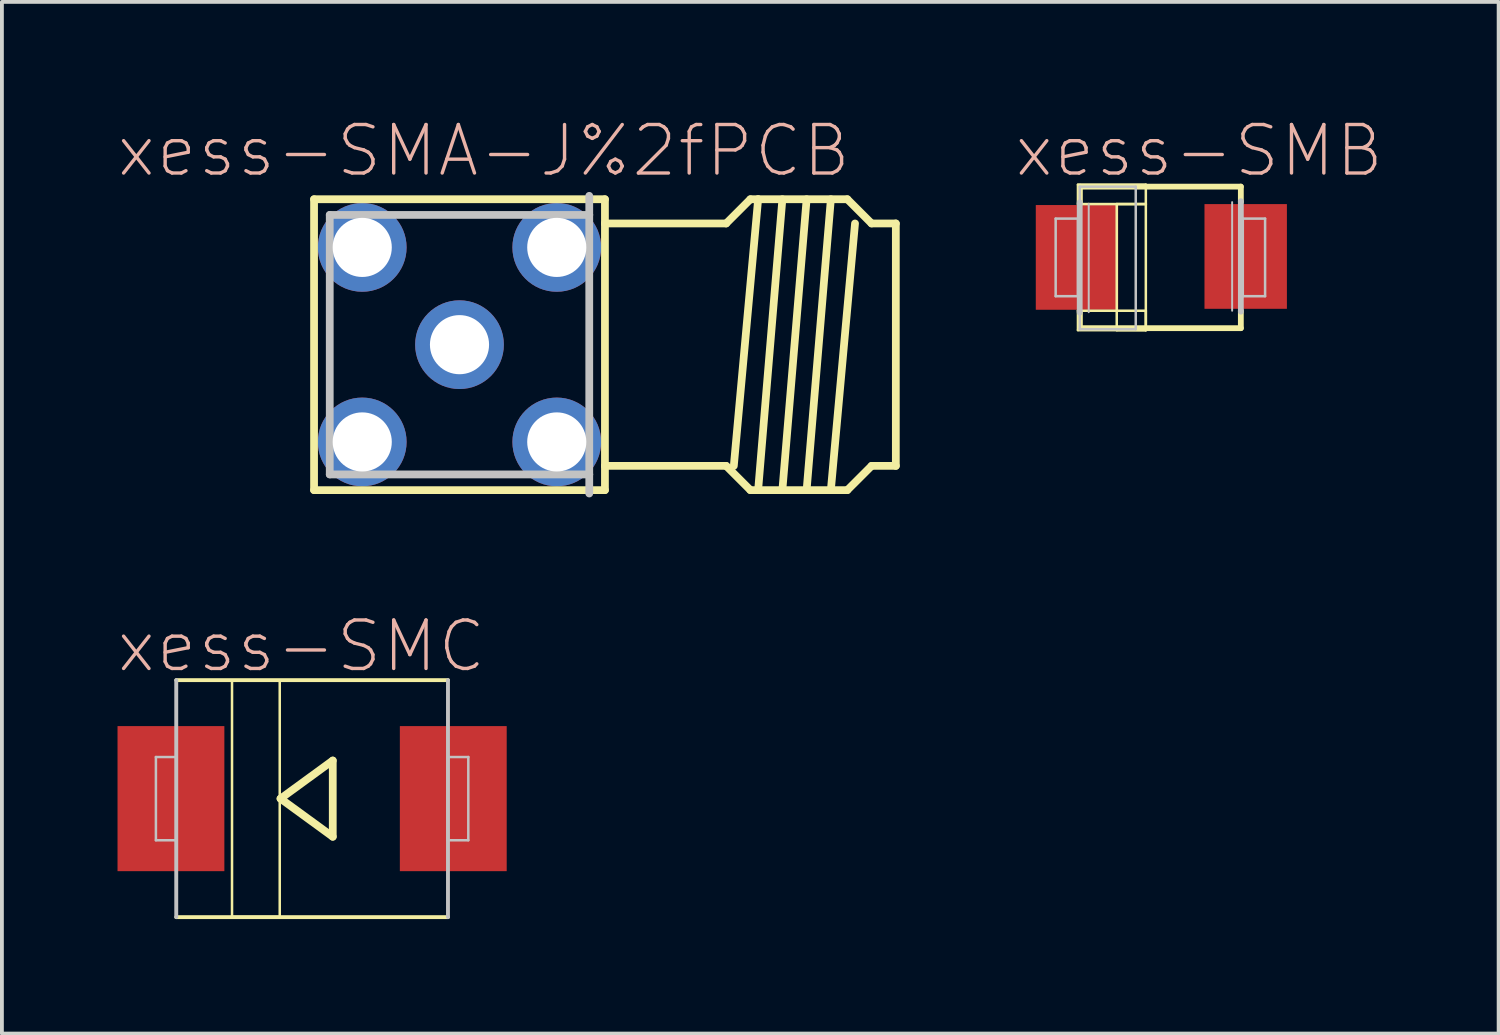
<source format=kicad_pcb>
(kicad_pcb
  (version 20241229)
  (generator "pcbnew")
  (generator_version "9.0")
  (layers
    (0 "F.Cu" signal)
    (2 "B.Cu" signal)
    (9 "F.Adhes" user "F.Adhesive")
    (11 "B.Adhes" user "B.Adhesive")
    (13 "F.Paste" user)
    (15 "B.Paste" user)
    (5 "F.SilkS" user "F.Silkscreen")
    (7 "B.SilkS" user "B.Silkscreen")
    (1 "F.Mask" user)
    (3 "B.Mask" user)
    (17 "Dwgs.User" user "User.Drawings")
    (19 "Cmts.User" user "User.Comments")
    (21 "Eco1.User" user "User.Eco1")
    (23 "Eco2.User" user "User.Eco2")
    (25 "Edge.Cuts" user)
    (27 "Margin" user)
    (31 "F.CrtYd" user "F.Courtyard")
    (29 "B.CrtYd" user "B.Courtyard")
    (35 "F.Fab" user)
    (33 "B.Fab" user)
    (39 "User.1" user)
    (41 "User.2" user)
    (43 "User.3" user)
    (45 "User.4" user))
  (footprint "xess-SMC"
    (layer "F.Cu")
    (at 5.126 17.871)
    (property "Reference" "xess-SMC" (at -0.282 -3.993 0) (layer "B.SilkS") (effects (font (size 1.27 1.27) (thickness 0.089))))
    (attr smd)
    (fp_line (start -3.559 -3.104) (end 3.559 -3.104) (stroke (width 0.102) (type solid)) (layer "F.SilkS"))
    (fp_line (start -3.559 3.104) (end 3.559 3.104) (stroke (width 0.102) (type solid)) (layer "F.SilkS"))
    (fp_line (start -2.098 -3.099) (end -0.848 -3.099) (stroke (width 0.066) (type solid)) (layer "F.SilkS"))
    (fp_line (start -2.098 3.099) (end -2.098 -3.099) (stroke (width 0.066) (type solid)) (layer "F.SilkS"))
    (fp_line (start -2.098 3.099) (end -0.848 3.099) (stroke (width 0.066) (type solid)) (layer "F.SilkS"))
    (fp_line (start -0.848 3.099) (end -0.848 -3.099) (stroke (width 0.066) (type solid)) (layer "F.SilkS"))
    (fp_line (start -0.828 0) (end 0.541 0.998) (stroke (width 0.203) (type solid)) (layer "F.SilkS"))
    (fp_line (start 0.541 -0.998) (end -0.828 0) (stroke (width 0.203) (type solid)) (layer "F.SilkS"))
    (fp_line (start 0.541 0.998) (end 0.541 -0.998) (stroke (width 0.203) (type solid)) (layer "F.SilkS"))
    (fp_line (start -4.092 -1.09) (end -3.559 -1.09) (stroke (width 0.066) (type solid)) (layer "Dwgs.User"))
    (fp_line (start -4.092 1.09) (end -4.092 -1.09) (stroke (width 0.066) (type solid)) (layer "Dwgs.User"))
    (fp_line (start -4.092 1.09) (end -3.559 1.09) (stroke (width 0.066) (type solid)) (layer "Dwgs.User"))
    (fp_line (start -3.559 1.09) (end -3.559 -1.09) (stroke (width 0.066) (type solid)) (layer "Dwgs.User"))
    (fp_line (start -3.559 3.104) (end -3.559 -3.104) (stroke (width 0.102) (type solid)) (layer "Dwgs.User"))
    (fp_line (start 3.559 -1.09) (end 4.092 -1.09) (stroke (width 0.066) (type solid)) (layer "Dwgs.User"))
    (fp_line (start 3.559 1.09) (end 3.559 -1.09) (stroke (width 0.066) (type solid)) (layer "Dwgs.User"))
    (fp_line (start 3.559 1.09) (end 4.092 1.09) (stroke (width 0.066) (type solid)) (layer "Dwgs.User"))
    (fp_line (start 3.559 3.104) (end 3.559 -3.104) (stroke (width 0.102) (type solid)) (layer "Dwgs.User"))
    (fp_line (start 4.092 1.09) (end 4.092 -1.09) (stroke (width 0.066) (type solid)) (layer "Dwgs.User"))
    (pad "A" smd rect (at 3.698 0) (size 2.799 3.8) (layers "F.Cu" "F.Mask" "F.Paste"))
    (pad "C" smd rect (at -3.698 0) (size 2.799 3.8) (layers "F.Cu" "F.Mask" "F.Paste")))
  (footprint "xess-SMA-J%2fPCB"
    (layer "F.Cu")
    (at 8.987 5.979)
    (property "Reference" "xess-SMA-J%2fPCB" (at 0.635 -5.08 0) (layer "B.SilkS") (effects (font (size 1.27 1.27) (thickness 0.089))))
    (attr exclude_from_pos_files exclude_from_bom)
    (fp_line (start -3.81 -3.81) (end -3.81 3.81) (stroke (width 0.203) (type solid)) (layer "F.SilkS"))
    (fp_line (start -3.81 3.81) (end 3.81 3.81) (stroke (width 0.203) (type solid)) (layer "F.SilkS"))
    (fp_line (start 3.81 -3.81) (end -3.81 -3.81) (stroke (width 0.203) (type solid)) (layer "F.SilkS"))
    (fp_line (start 3.81 -3.175) (end 3.81 -3.81) (stroke (width 0.203) (type solid)) (layer "F.SilkS"))
    (fp_line (start 3.81 -3.175) (end 6.985 -3.175) (stroke (width 0.203) (type solid)) (layer "F.SilkS"))
    (fp_line (start 3.81 3.175) (end 3.81 -3.175) (stroke (width 0.203) (type solid)) (layer "F.SilkS"))
    (fp_line (start 3.81 3.81) (end 3.81 3.175) (stroke (width 0.203) (type solid)) (layer "F.SilkS"))
    (fp_line (start 6.985 -3.175) (end 7.62 -3.81) (stroke (width 0.203) (type solid)) (layer "F.SilkS"))
    (fp_line (start 6.985 3.175) (end 3.81 3.175) (stroke (width 0.203) (type solid)) (layer "F.SilkS"))
    (fp_line (start 7.62 -3.81) (end 7.823 -3.81) (stroke (width 0.203) (type solid)) (layer "F.SilkS"))
    (fp_line (start 7.62 3.81) (end 6.985 3.175) (stroke (width 0.203) (type solid)) (layer "F.SilkS"))
    (fp_line (start 7.823 -3.81) (end 7.186 3.175) (stroke (width 0.203) (type solid)) (layer "F.SilkS"))
    (fp_line (start 7.823 -3.81) (end 10.16 -3.81) (stroke (width 0.203) (type solid)) (layer "F.SilkS"))
    (fp_line (start 8.458 -3.81) (end 7.823 3.81) (stroke (width 0.203) (type solid)) (layer "F.SilkS"))
    (fp_line (start 9.093 -3.81) (end 8.458 3.81) (stroke (width 0.203) (type solid)) (layer "F.SilkS"))
    (fp_line (start 9.728 -3.81) (end 9.093 3.81) (stroke (width 0.203) (type solid)) (layer "F.SilkS"))
    (fp_line (start 9.728 3.81) (end 7.62 3.81) (stroke (width 0.203) (type solid)) (layer "F.SilkS"))
    (fp_line (start 10.16 -3.81) (end 10.795 -3.175) (stroke (width 0.203) (type solid)) (layer "F.SilkS"))
    (fp_line (start 10.16 3.81) (end 9.728 3.81) (stroke (width 0.203) (type solid)) (layer "F.SilkS"))
    (fp_line (start 10.361 -3.175) (end 9.728 3.81) (stroke (width 0.203) (type solid)) (layer "F.SilkS"))
    (fp_line (start 10.795 -3.175) (end 11.43 -3.175) (stroke (width 0.203) (type solid)) (layer "F.SilkS"))
    (fp_line (start 10.795 3.175) (end 10.16 3.81) (stroke (width 0.203) (type solid)) (layer "F.SilkS"))
    (fp_line (start 11.43 -3.175) (end 11.43 3.175) (stroke (width 0.203) (type solid)) (layer "F.SilkS"))
    (fp_line (start 11.43 3.175) (end 10.795 3.175) (stroke (width 0.203) (type solid)) (layer "F.SilkS"))
    (fp_line (start -3.399 -3.399) (end 3.399 -3.399) (stroke (width 0.203) (type solid)) (layer "Dwgs.User"))
    (fp_line (start -3.399 3.399) (end -3.399 -3.399) (stroke (width 0.203) (type solid)) (layer "Dwgs.User"))
    (fp_line (start 3.399 -3.899) (end 3.399 -3.399) (stroke (width 0.203) (type solid)) (layer "Dwgs.User"))
    (fp_line (start 3.399 -3.399) (end 3.399 3.399) (stroke (width 0.203) (type solid)) (layer "Dwgs.User"))
    (fp_line (start 3.399 3.399) (end -3.399 3.399) (stroke (width 0.203) (type solid)) (layer "Dwgs.User"))
    (fp_line (start 3.399 3.399) (end 3.399 3.899) (stroke (width 0.203) (type solid)) (layer "Dwgs.User"))
    (pad "1" thru_hole circle (at 0 0) (size 2.324 2.324) (drill 1.549) (layers "*.Cu" "*.Mask"))
    (pad "2" thru_hole circle (at -2.548 -2.548) (size 2.324 2.324) (drill 1.549) (layers "*.Cu" "*.Mask"))
    (pad "3" thru_hole circle (at 2.548 -2.548) (size 2.324 2.324) (drill 1.549) (layers "*.Cu" "*.Mask"))
    (pad "4" thru_hole circle (at 2.548 2.548) (size 2.324 2.324) (drill 1.549) (layers "*.Cu" "*.Mask"))
    (pad "5" thru_hole circle (at -2.548 2.548) (size 2.324 2.324) (drill 1.549) (layers "*.Cu" "*.Mask")))
  (footprint "xess-SMB"
    (layer "F.Cu")
    (at 27.474 3.566)
    (property "Reference" "xess-SMB" (at 0.889 -2.667 0) (layer "B.SilkS") (effects (font (size 1.27 1.27) (thickness 0.089))))
    (attr smd)
    (fp_line (start -2.286 -1.778) (end -0.508 -1.778) (stroke (width 0.066) (type solid)) (layer "F.SilkS"))
    (fp_line (start -2.286 -1.27) (end -2.286 -1.778) (stroke (width 0.066) (type solid)) (layer "F.SilkS"))
    (fp_line (start -2.286 -1.27) (end -0.508 -1.27) (stroke (width 0.066) (type solid)) (layer "F.SilkS"))
    (fp_line (start -2.286 1.524) (end -0.508 1.524) (stroke (width 0.066) (type solid)) (layer "F.SilkS"))
    (fp_line (start -2.286 2.032) (end -2.286 1.524) (stroke (width 0.066) (type solid)) (layer "F.SilkS"))
    (fp_line (start -2.286 2.032) (end -0.508 2.032) (stroke (width 0.066) (type solid)) (layer "F.SilkS"))
    (fp_line (start -2.235 -1.727) (end -2.235 -1.293) (stroke (width 0.152) (type solid)) (layer "F.SilkS"))
    (fp_line (start -2.235 -1.727) (end 1.981 -1.727) (stroke (width 0.152) (type solid)) (layer "F.SilkS"))
    (fp_line (start -2.235 1.981) (end -2.235 1.549) (stroke (width 0.152) (type solid)) (layer "F.SilkS"))
    (fp_line (start -1.27 -1.27) (end -0.508 -1.27) (stroke (width 0.066) (type solid)) (layer "F.SilkS"))
    (fp_line (start -1.27 2.032) (end -1.27 -1.27) (stroke (width 0.066) (type solid)) (layer "F.SilkS"))
    (fp_line (start -1.27 2.032) (end -0.508 2.032) (stroke (width 0.066) (type solid)) (layer "F.SilkS"))
    (fp_line (start -0.508 -1.27) (end -0.508 -1.778) (stroke (width 0.066) (type solid)) (layer "F.SilkS"))
    (fp_line (start -0.508 2.032) (end -0.508 -1.27) (stroke (width 0.066) (type solid)) (layer "F.SilkS"))
    (fp_line (start -0.508 2.032) (end -0.508 1.524) (stroke (width 0.066) (type solid)) (layer "F.SilkS"))
    (fp_line (start 1.981 -1.727) (end 1.981 -1.321) (stroke (width 0.152) (type solid)) (layer "F.SilkS"))
    (fp_line (start 1.981 1.981) (end -2.235 1.981) (stroke (width 0.152) (type solid)) (layer "F.SilkS"))
    (fp_line (start 1.981 1.981) (end 1.981 1.524) (stroke (width 0.152) (type solid)) (layer "F.SilkS"))
    (fp_line (start -2.87 -0.889) (end -2.286 -0.889) (stroke (width 0.066) (type solid)) (layer "Dwgs.User"))
    (fp_line (start -2.87 1.143) (end -2.87 -0.889) (stroke (width 0.066) (type solid)) (layer "Dwgs.User"))
    (fp_line (start -2.87 1.143) (end -2.286 1.143) (stroke (width 0.066) (type solid)) (layer "Dwgs.User"))
    (fp_line (start -2.286 1.143) (end -2.286 -0.889) (stroke (width 0.066) (type solid)) (layer "Dwgs.User"))
    (fp_line (start -2.24 -1.318) (end -2.24 1.575) (stroke (width 0.152) (type solid)) (layer "Dwgs.User"))
    (fp_line (start -2.238 -1.725) (end -0.772 -1.725) (stroke (width 0.066) (type solid)) (layer "Dwgs.User"))
    (fp_line (start -2.238 2.007) (end -2.238 -1.725) (stroke (width 0.066) (type solid)) (layer "Dwgs.User"))
    (fp_line (start -2.238 2.007) (end -0.772 2.007) (stroke (width 0.066) (type solid)) (layer "Dwgs.User"))
    (fp_line (start -2.004 -1.28) (end -2.004 1.562) (stroke (width 0.051) (type solid)) (layer "Dwgs.User"))
    (fp_line (start -0.772 2.007) (end -0.772 -1.725) (stroke (width 0.066) (type solid)) (layer "Dwgs.User"))
    (fp_line (start 1.753 -1.321) (end 1.753 1.524) (stroke (width 0.051) (type solid)) (layer "Dwgs.User"))
    (fp_line (start 1.981 -1.346) (end 1.981 1.549) (stroke (width 0.152) (type solid)) (layer "Dwgs.User"))
    (fp_line (start 2.032 -0.889) (end 2.616 -0.889) (stroke (width 0.066) (type solid)) (layer "Dwgs.User"))
    (fp_line (start 2.032 1.143) (end 2.032 -0.889) (stroke (width 0.066) (type solid)) (layer "Dwgs.User"))
    (fp_line (start 2.032 1.143) (end 2.616 1.143) (stroke (width 0.066) (type solid)) (layer "Dwgs.User"))
    (fp_line (start 2.616 1.143) (end 2.616 -0.889) (stroke (width 0.066) (type solid)) (layer "Dwgs.User"))
    (pad "A" smd rect (at 2.108 0.102) (size 2.159 2.743) (layers "F.Cu" "F.Mask" "F.Paste"))
    (pad "C" smd rect (at -2.311 0.127) (size 2.159 2.743) (layers "F.Cu" "F.Mask" "F.Paste")))
  (gr_rect
    (start -3 -3)
    (end 36.208 24.026)
    (stroke (width 0.1) (type default))
    (fill no)
    (layer "Edge.Cuts")))
</source>
